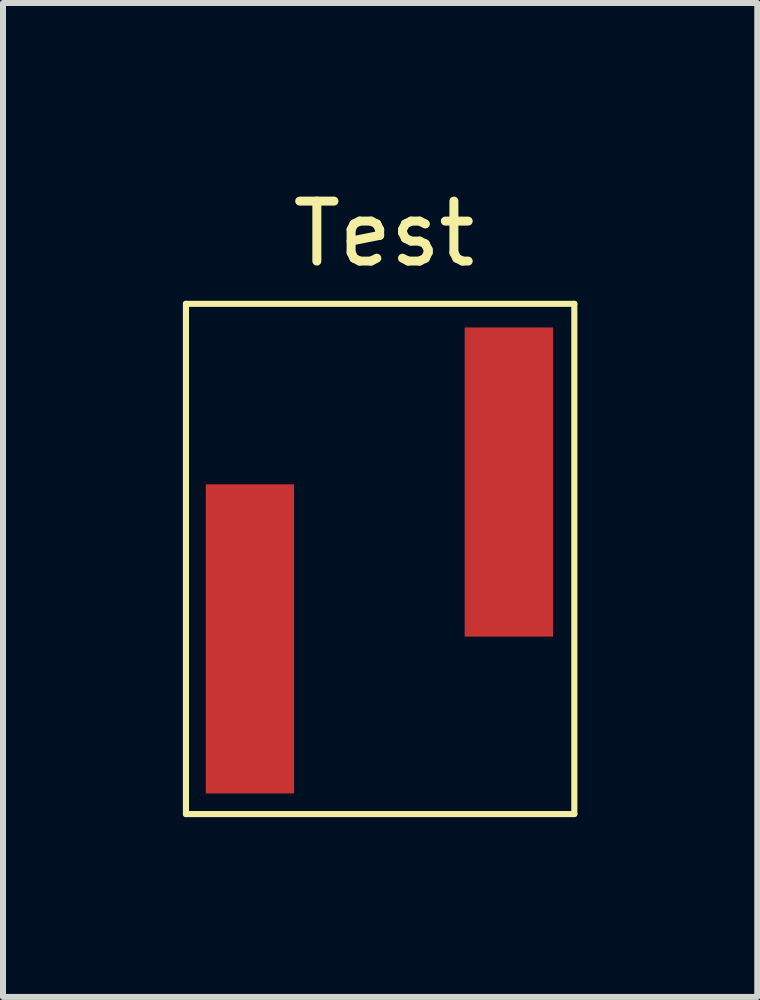
<source format=kicad_pcb>
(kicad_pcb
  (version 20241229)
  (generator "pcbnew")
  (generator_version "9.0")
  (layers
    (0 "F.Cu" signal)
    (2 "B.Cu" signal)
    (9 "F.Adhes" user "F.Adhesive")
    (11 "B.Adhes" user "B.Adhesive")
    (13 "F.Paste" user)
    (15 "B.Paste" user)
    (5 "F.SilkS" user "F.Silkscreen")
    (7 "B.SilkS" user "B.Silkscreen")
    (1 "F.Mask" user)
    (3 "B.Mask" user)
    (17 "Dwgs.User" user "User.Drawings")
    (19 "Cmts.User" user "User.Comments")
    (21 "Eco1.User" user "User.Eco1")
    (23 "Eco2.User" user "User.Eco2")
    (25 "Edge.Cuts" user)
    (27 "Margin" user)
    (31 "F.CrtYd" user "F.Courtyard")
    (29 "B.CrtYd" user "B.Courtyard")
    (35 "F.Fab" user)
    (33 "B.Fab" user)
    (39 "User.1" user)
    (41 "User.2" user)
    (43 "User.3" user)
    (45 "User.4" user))
  (footprint "Test"
    (layer "F.Cu")
    (at 3.353 7.605)
    (property "Reference" "Test" (at 0 -6.756 0) (layer "F.SilkS") (effects (font (size 1 1) (thickness 0.15))))
    (attr smd)
    (fp_line (start -3.302 -5.588) (end 3.175 -5.588) (stroke (width 0.102) (type solid)) (layer "F.SilkS"))
    (fp_line (start -3.302 2.921) (end -3.302 -5.588) (stroke (width 0.102) (type solid)) (layer "F.SilkS"))
    (fp_line (start 3.175 -5.588) (end 3.175 2.921) (stroke (width 0.102) (type solid)) (layer "F.SilkS"))
    (fp_line (start 3.175 2.921) (end -3.302 2.921) (stroke (width 0.102) (type solid)) (layer "F.SilkS"))
    (pad "1" smd rect (at -2.235 0) (size 1.473 5.156) (layers "F.Cu" "F.Mask" "F.Paste"))
    (pad "2" smd rect (at 2.083 -2.616) (size 1.473 5.156) (layers "F.Cu" "F.Mask" "F.Paste")))
  (gr_rect
    (start -3 -3)
    (end 9.579 13.576)
    (stroke (width 0.1) (type default))
    (fill no)
    (layer "Edge.Cuts")))
</source>
